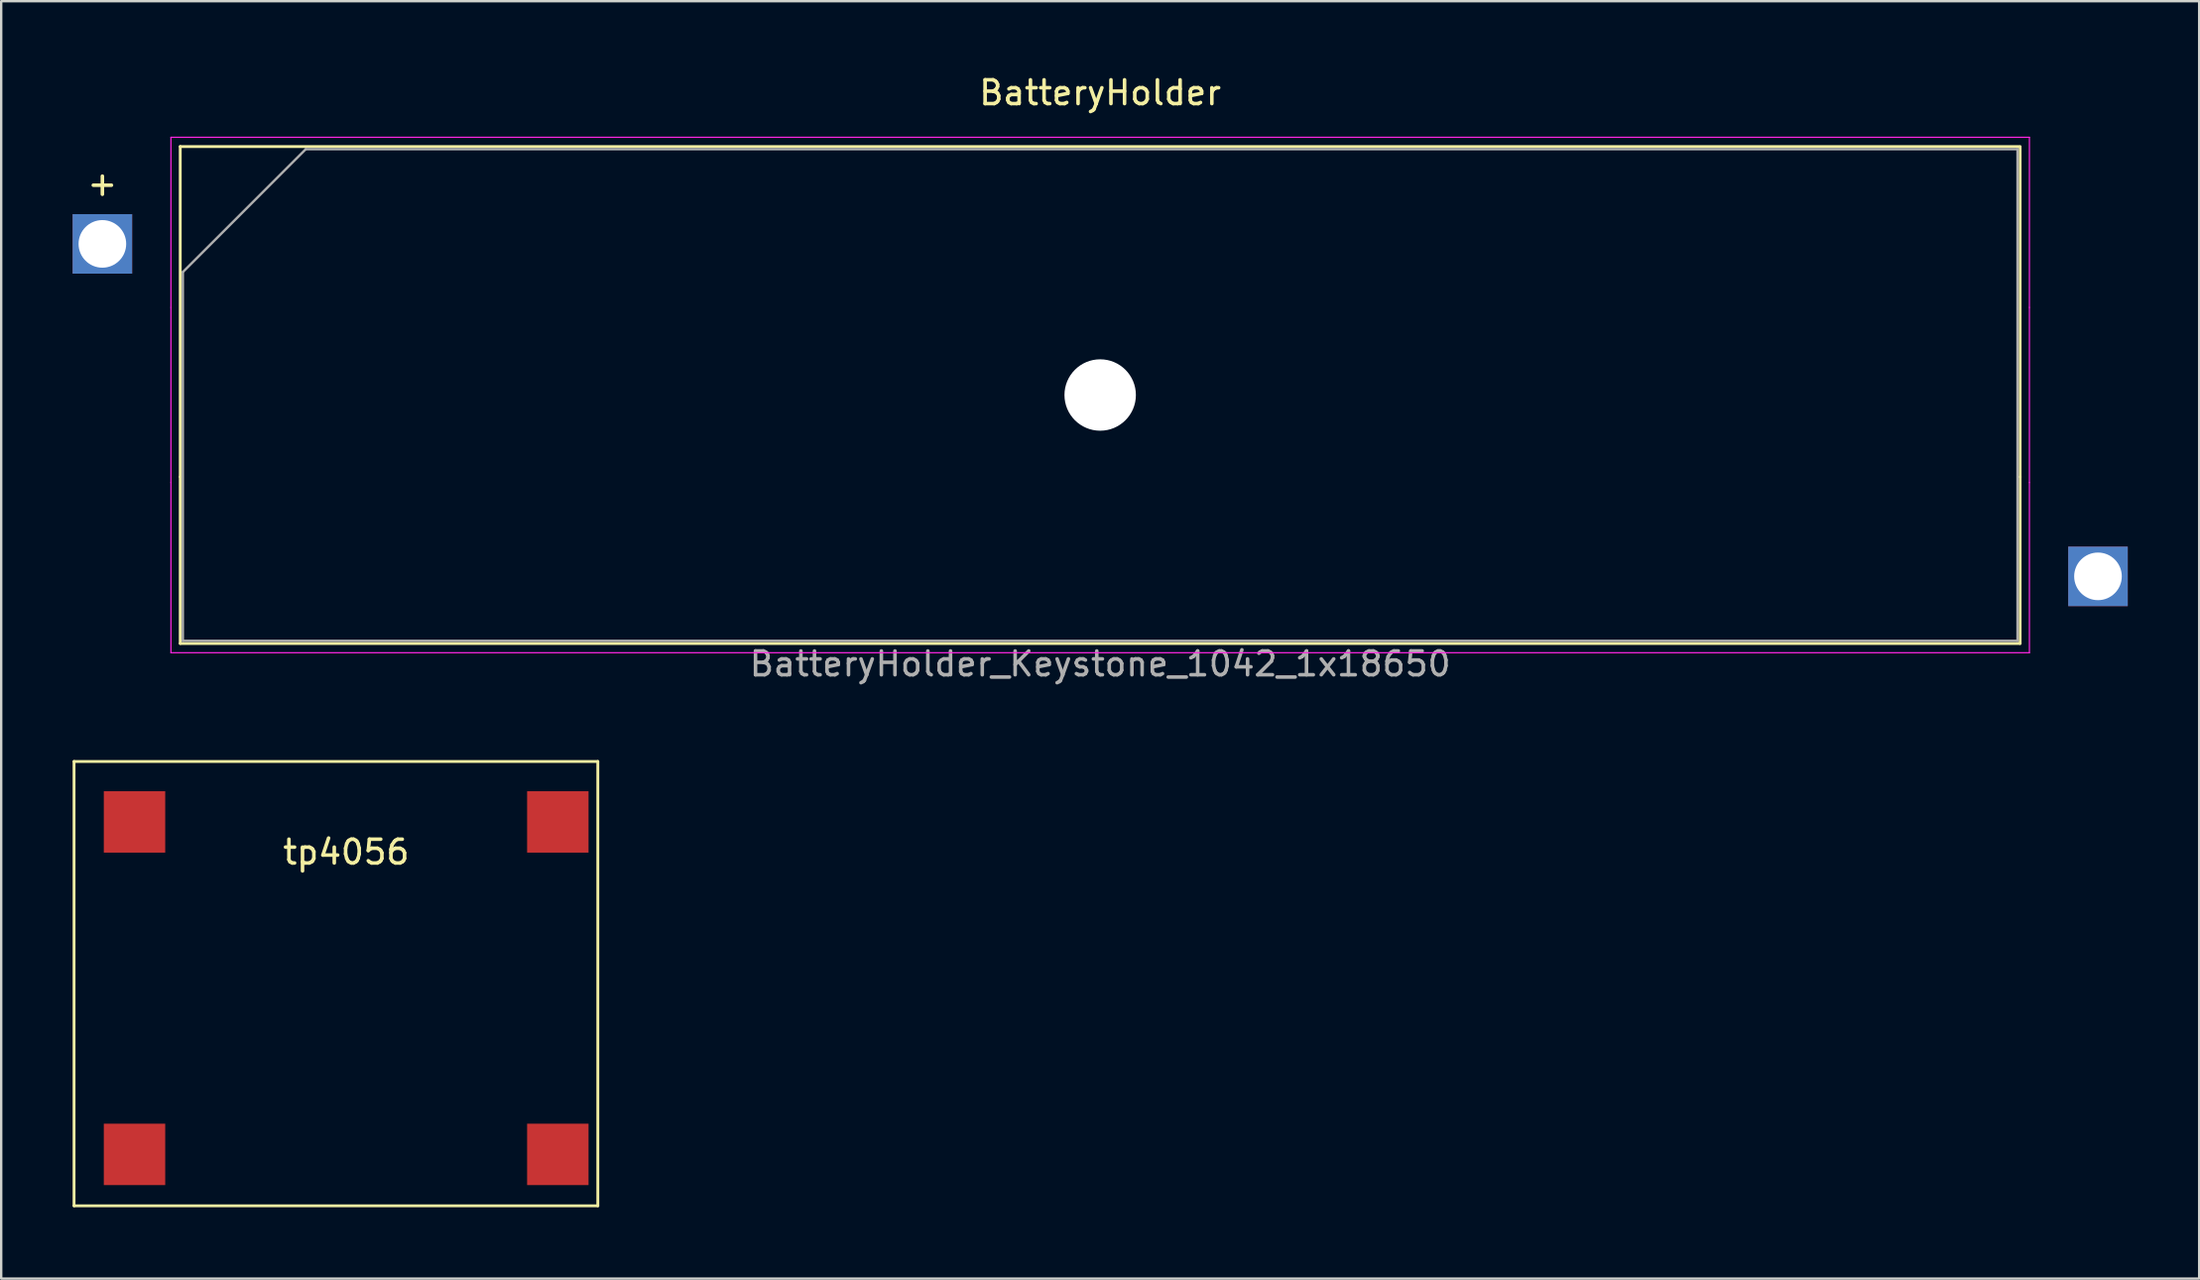
<source format=kicad_pcb>
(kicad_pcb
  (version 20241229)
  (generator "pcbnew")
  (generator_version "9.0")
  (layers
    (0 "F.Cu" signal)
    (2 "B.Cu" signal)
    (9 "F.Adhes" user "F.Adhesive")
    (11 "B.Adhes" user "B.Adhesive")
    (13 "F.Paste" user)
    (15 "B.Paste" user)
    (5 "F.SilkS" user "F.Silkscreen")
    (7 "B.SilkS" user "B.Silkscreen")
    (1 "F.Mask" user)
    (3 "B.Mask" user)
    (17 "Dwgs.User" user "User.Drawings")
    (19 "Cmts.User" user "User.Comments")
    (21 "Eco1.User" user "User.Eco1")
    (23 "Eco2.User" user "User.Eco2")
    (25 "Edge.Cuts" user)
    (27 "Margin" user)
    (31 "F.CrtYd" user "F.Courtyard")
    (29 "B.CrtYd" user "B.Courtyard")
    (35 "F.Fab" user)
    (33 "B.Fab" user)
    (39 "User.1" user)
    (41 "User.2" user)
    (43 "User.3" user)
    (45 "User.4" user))
  (footprint "tp4056"
    (layer "F.Cu")
    (at 10.22 28.947)
    (property "Reference" "tp4056" (at 1.27 3.81 0) (layer "F.SilkS") (effects (font (size 1 1) (thickness 0.15))))
    (attr through_hole)
    (fp_line (start -10.16 0) (end -10.16 18.67) (stroke (width 0.12) (type solid)) (layer "F.SilkS"))
    (fp_line (start -10.16 0) (end 11.84 0) (stroke (width 0.12) (type solid)) (layer "F.SilkS"))
    (fp_line (start -10.16 18.67) (end 11.84 18.67) (stroke (width 0.12) (type solid)) (layer "F.SilkS"))
    (fp_line (start 11.84 0) (end 11.84 18.67) (stroke (width 0.12) (type solid)) (layer "F.SilkS"))
    (pad "1" smd rect (at -7.62 16.51) (size 2.58 2.58) (layers "F.Cu" "F.Mask" "F.Paste"))
    (pad "2" smd rect (at -7.62 2.54) (size 2.58 2.58) (layers "F.Cu" "F.Mask" "F.Paste"))
    (pad "3" smd rect (at 10.16 16.51) (size 2.58 2.58) (layers "F.Cu" "F.Mask" "F.Paste"))
    (pad "4" smd rect (at 10.16 2.54) (size 2.58 2.58) (layers "F.Cu" "F.Mask" "F.Paste")))
  (footprint "BatteryHolder"
    (layer "F.Cu")
    (at 43.16 8.468)
    (property "Reference" "BatteryHolder" (at 0 -7.62 0) (layer "F.SilkS") (effects (font (size 1 1) (thickness 0.15))))
    (attr through_hole)
    (fp_line (start -38.64 -5.36) (end -38.64 8.52) (stroke (width 0.12) (type solid)) (layer "F.SilkS"))
    (fp_line (start -38.64 15.52) (end -38.64 8.52) (stroke (width 0.12) (type solid)) (layer "F.SilkS"))
    (fp_line (start 38.64 -5.36) (end -38.64 -5.36) (stroke (width 0.12) (type solid)) (layer "F.SilkS"))
    (fp_line (start 38.64 8.52) (end 38.64 -5.34) (stroke (width 0.12) (type solid)) (layer "F.SilkS"))
    (fp_line (start 38.64 8.52) (end 38.64 15.52) (stroke (width 0.12) (type solid)) (layer "F.SilkS"))
    (fp_line (start 38.64 15.52) (end -38.64 15.52) (stroke (width 0.12) (type solid)) (layer "F.SilkS"))
    (fp_line (start -39.03 -5.75) (end -39.03 1.4) (stroke (width 0.05) (type solid)) (layer "F.CrtYd"))
    (fp_line (start -39.03 -5.75) (end 39.03 -5.75) (stroke (width 0.05) (type solid)) (layer "F.CrtYd"))
    (fp_line (start -39.03 8.76) (end -39.03 1.4) (stroke (width 0.05) (type solid)) (layer "F.CrtYd"))
    (fp_line (start -39.03 15.91) (end -39.03 8.76) (stroke (width 0.05) (type solid)) (layer "F.CrtYd"))
    (fp_line (start -39.03 15.91) (end 39.03 15.91) (stroke (width 0.05) (type solid)) (layer "F.CrtYd"))
    (fp_line (start 39.03 -5.75) (end 39.03 1.4) (stroke (width 0.05) (type solid)) (layer "F.CrtYd"))
    (fp_line (start 39.03 8.76) (end 39.03 1.4) (stroke (width 0.05) (type solid)) (layer "F.CrtYd"))
    (fp_line (start 39.03 15.91) (end 39.03 8.76) (stroke (width 0.05) (type solid)) (layer "F.CrtYd"))
    (fp_line (start -38.53 -0.087) (end -38.53 15.41) (stroke (width 0.1) (type solid)) (layer "F.Fab"))
    (fp_line (start -38.53 15.41) (end 38.53 15.41) (stroke (width 0.1) (type solid)) (layer "F.Fab"))
    (fp_line (start -33.367 -5.25) (end -38.53 -0.087) (stroke (width 0.1) (type solid)) (layer "F.Fab"))
    (fp_line (start -33.367 -5.25) (end 38.53 -5.25) (stroke (width 0.1) (type solid)) (layer "F.Fab"))
    (fp_line (start 38.53 -5.25) (end 38.53 15.41) (stroke (width 0.1) (type solid)) (layer "F.Fab"))
    (fp_text user "+" (at -41.91 -3.81 0) (layer "F.SilkS") (effects (font (size 1 1) (thickness 0.15))))
    (fp_text user "BatteryHolder_Keystone_1042_1x18650" (at 0 16.38 0) (layer "F.Fab") (effects (font (size 1 1) (thickness 0.15))))
    (pad "" np_thru_hole circle (at 0 5.08) (size 3 3) (drill 3) (layers "*.Cu" "*.Mask"))
    (pad "1" thru_hole rect (at -41.91 -1.27) (size 2.5 2.5) (drill 2) (layers "*.Cu" "*.Mask"))
    (pad "2" thru_hole rect (at 41.91 12.7) (size 2.5 2.5) (drill 2) (layers "*.Cu" "*.Mask")))
  (gr_rect
    (start -3 -3)
    (end 89.32 50.676)
    (stroke (width 0.1) (type default))
    (fill no)
    (layer "Edge.Cuts")))
</source>
